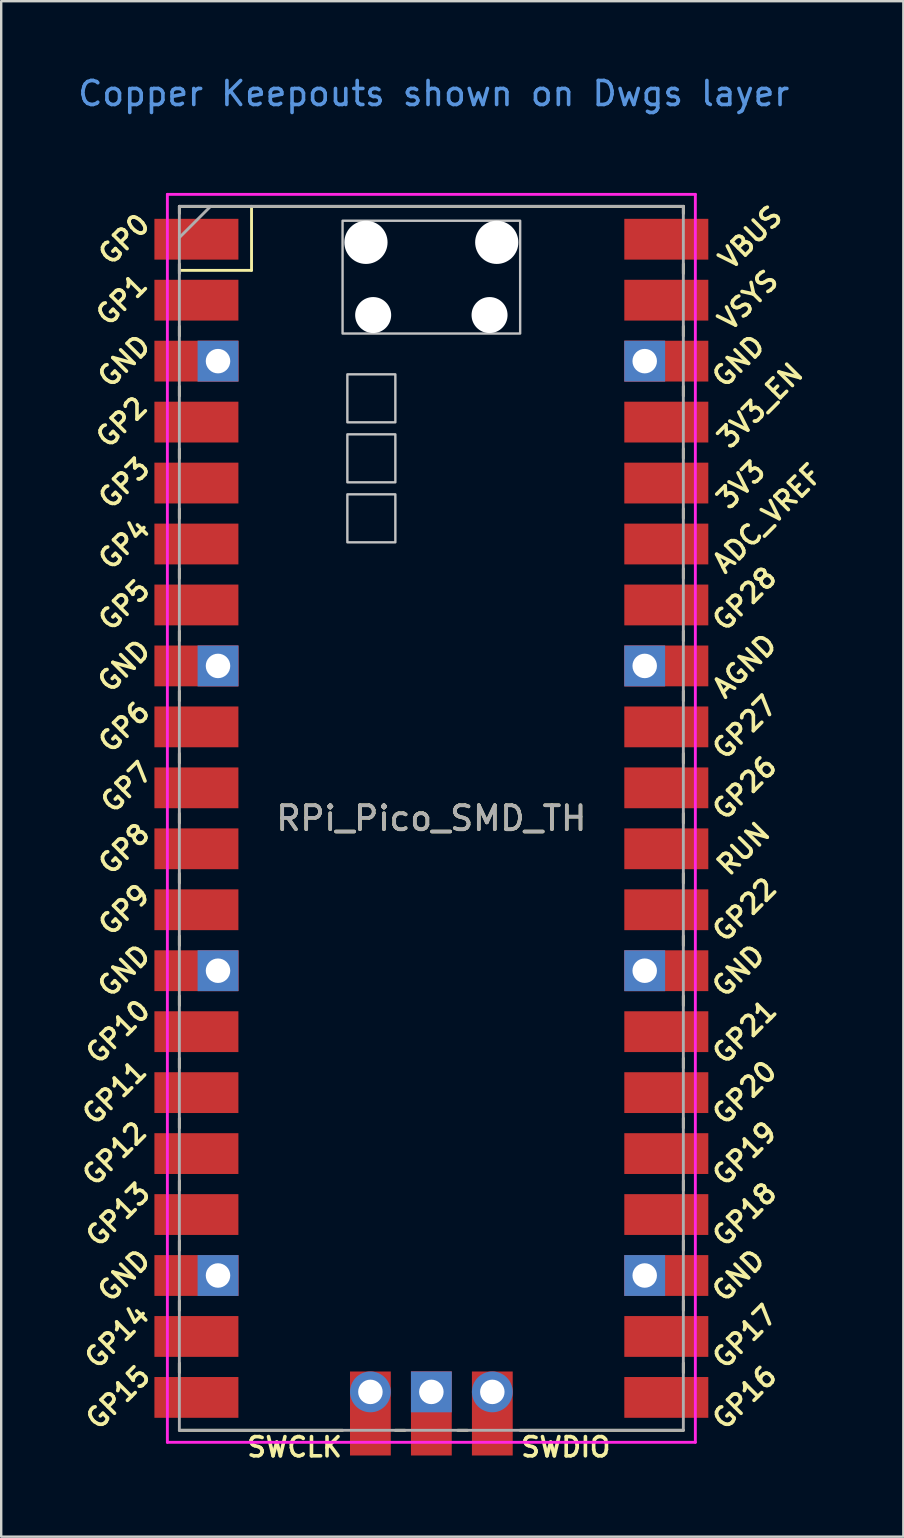
<source format=kicad_pcb>
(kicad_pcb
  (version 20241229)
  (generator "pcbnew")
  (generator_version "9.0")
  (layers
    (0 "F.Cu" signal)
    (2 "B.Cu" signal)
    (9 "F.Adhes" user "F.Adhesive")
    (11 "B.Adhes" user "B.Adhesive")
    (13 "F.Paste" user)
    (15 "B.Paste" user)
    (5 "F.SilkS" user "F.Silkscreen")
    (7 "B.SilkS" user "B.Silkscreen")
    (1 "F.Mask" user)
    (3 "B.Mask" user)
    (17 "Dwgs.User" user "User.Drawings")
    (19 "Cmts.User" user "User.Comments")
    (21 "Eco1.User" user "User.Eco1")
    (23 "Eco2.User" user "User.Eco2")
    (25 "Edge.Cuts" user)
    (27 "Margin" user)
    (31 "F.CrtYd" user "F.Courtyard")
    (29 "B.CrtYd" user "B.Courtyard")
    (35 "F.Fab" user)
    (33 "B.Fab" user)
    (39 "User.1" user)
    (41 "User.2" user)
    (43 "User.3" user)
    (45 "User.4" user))
  (footprint "RPi_Pico_SMD_TH"
    (layer "F.Cu")
    (at 14.924 31.048)
    (property "Reference" "RPi_Pico_SMD_TH" (at 0 0 0) (layer "F.SilkS") (effects (font (size 1 1) (thickness 0.15))))
    (fp_line (start -10.5 -25.5) (end -10.5 -25.2) (stroke (width 0.12) (type solid)) (layer "F.SilkS"))
    (fp_line (start -10.5 -25.5) (end 10.5 -25.5) (stroke (width 0.12) (type solid)) (layer "F.SilkS"))
    (fp_line (start -10.5 -23.1) (end -10.5 -22.7) (stroke (width 0.12) (type solid)) (layer "F.SilkS"))
    (fp_line (start -10.5 -22.833) (end -7.493 -22.833) (stroke (width 0.12) (type solid)) (layer "F.SilkS"))
    (fp_line (start -10.5 -20.5) (end -10.5 -20.1) (stroke (width 0.12) (type solid)) (layer "F.SilkS"))
    (fp_line (start -10.5 -18) (end -10.5 -17.6) (stroke (width 0.12) (type solid)) (layer "F.SilkS"))
    (fp_line (start -10.5 -15.4) (end -10.5 -15) (stroke (width 0.12) (type solid)) (layer "F.SilkS"))
    (fp_line (start -10.5 -12.9) (end -10.5 -12.5) (stroke (width 0.12) (type solid)) (layer "F.SilkS"))
    (fp_line (start -10.5 -10.4) (end -10.5 -10) (stroke (width 0.12) (type solid)) (layer "F.SilkS"))
    (fp_line (start -10.5 -7.8) (end -10.5 -7.4) (stroke (width 0.12) (type solid)) (layer "F.SilkS"))
    (fp_line (start -10.5 -5.3) (end -10.5 -4.9) (stroke (width 0.12) (type solid)) (layer "F.SilkS"))
    (fp_line (start -10.5 -2.7) (end -10.5 -2.3) (stroke (width 0.12) (type solid)) (layer "F.SilkS"))
    (fp_line (start -10.5 -0.2) (end -10.5 0.2) (stroke (width 0.12) (type solid)) (layer "F.SilkS"))
    (fp_line (start -10.5 2.3) (end -10.5 2.7) (stroke (width 0.12) (type solid)) (layer "F.SilkS"))
    (fp_line (start -10.5 4.9) (end -10.5 5.3) (stroke (width 0.12) (type solid)) (layer "F.SilkS"))
    (fp_line (start -10.5 7.4) (end -10.5 7.8) (stroke (width 0.12) (type solid)) (layer "F.SilkS"))
    (fp_line (start -10.5 10) (end -10.5 10.4) (stroke (width 0.12) (type solid)) (layer "F.SilkS"))
    (fp_line (start -10.5 12.5) (end -10.5 12.9) (stroke (width 0.12) (type solid)) (layer "F.SilkS"))
    (fp_line (start -10.5 15.1) (end -10.5 15.5) (stroke (width 0.12) (type solid)) (layer "F.SilkS"))
    (fp_line (start -10.5 17.6) (end -10.5 18) (stroke (width 0.12) (type solid)) (layer "F.SilkS"))
    (fp_line (start -10.5 20.1) (end -10.5 20.5) (stroke (width 0.12) (type solid)) (layer "F.SilkS"))
    (fp_line (start -10.5 22.7) (end -10.5 23.1) (stroke (width 0.12) (type solid)) (layer "F.SilkS"))
    (fp_line (start -7.493 -22.833) (end -7.493 -25.5) (stroke (width 0.12) (type solid)) (layer "F.SilkS"))
    (fp_line (start -3.7 25.5) (end -10.5 25.5) (stroke (width 0.12) (type solid)) (layer "F.SilkS"))
    (fp_line (start -1.5 25.5) (end -1.1 25.5) (stroke (width 0.12) (type solid)) (layer "F.SilkS"))
    (fp_line (start 1.1 25.5) (end 1.5 25.5) (stroke (width 0.12) (type solid)) (layer "F.SilkS"))
    (fp_line (start 10.5 -25.5) (end 10.5 -25.2) (stroke (width 0.12) (type solid)) (layer "F.SilkS"))
    (fp_line (start 10.5 -23.1) (end 10.5 -22.7) (stroke (width 0.12) (type solid)) (layer "F.SilkS"))
    (fp_line (start 10.5 -20.5) (end 10.5 -20.1) (stroke (width 0.12) (type solid)) (layer "F.SilkS"))
    (fp_line (start 10.5 -18) (end 10.5 -17.6) (stroke (width 0.12) (type solid)) (layer "F.SilkS"))
    (fp_line (start 10.5 -15.4) (end 10.5 -15) (stroke (width 0.12) (type solid)) (layer "F.SilkS"))
    (fp_line (start 10.5 -12.9) (end 10.5 -12.5) (stroke (width 0.12) (type solid)) (layer "F.SilkS"))
    (fp_line (start 10.5 -10.4) (end 10.5 -10) (stroke (width 0.12) (type solid)) (layer "F.SilkS"))
    (fp_line (start 10.5 -7.8) (end 10.5 -7.4) (stroke (width 0.12) (type solid)) (layer "F.SilkS"))
    (fp_line (start 10.5 -5.3) (end 10.5 -4.9) (stroke (width 0.12) (type solid)) (layer "F.SilkS"))
    (fp_line (start 10.5 -2.7) (end 10.5 -2.3) (stroke (width 0.12) (type solid)) (layer "F.SilkS"))
    (fp_line (start 10.5 -0.2) (end 10.5 0.2) (stroke (width 0.12) (type solid)) (layer "F.SilkS"))
    (fp_line (start 10.5 2.3) (end 10.5 2.7) (stroke (width 0.12) (type solid)) (layer "F.SilkS"))
    (fp_line (start 10.5 4.9) (end 10.5 5.3) (stroke (width 0.12) (type solid)) (layer "F.SilkS"))
    (fp_line (start 10.5 7.4) (end 10.5 7.8) (stroke (width 0.12) (type solid)) (layer "F.SilkS"))
    (fp_line (start 10.5 10) (end 10.5 10.4) (stroke (width 0.12) (type solid)) (layer "F.SilkS"))
    (fp_line (start 10.5 12.5) (end 10.5 12.9) (stroke (width 0.12) (type solid)) (layer "F.SilkS"))
    (fp_line (start 10.5 15.1) (end 10.5 15.5) (stroke (width 0.12) (type solid)) (layer "F.SilkS"))
    (fp_line (start 10.5 17.6) (end 10.5 18) (stroke (width 0.12) (type solid)) (layer "F.SilkS"))
    (fp_line (start 10.5 20.1) (end 10.5 20.5) (stroke (width 0.12) (type solid)) (layer "F.SilkS"))
    (fp_line (start 10.5 22.7) (end 10.5 23.1) (stroke (width 0.12) (type solid)) (layer "F.SilkS"))
    (fp_line (start 10.5 25.5) (end 3.7 25.5) (stroke (width 0.12) (type solid)) (layer "F.SilkS"))
    (fp_poly (pts (xy -1.5 -16.5) (xy -3.5 -16.5) (xy -3.5 -18.5) (xy -1.5 -18.5)) (stroke (width 0.1) (type solid)) (fill no) (layer "Dwgs.User"))
    (fp_poly (pts (xy -1.5 -14) (xy -3.5 -14) (xy -3.5 -16) (xy -1.5 -16)) (stroke (width 0.1) (type solid)) (fill no) (layer "Dwgs.User"))
    (fp_poly (pts (xy -1.5 -11.5) (xy -3.5 -11.5) (xy -3.5 -13.5) (xy -1.5 -13.5)) (stroke (width 0.1) (type solid)) (fill no) (layer "Dwgs.User"))
    (fp_poly (pts (xy 3.7 -20.2) (xy -3.7 -20.2) (xy -3.7 -24.9) (xy 3.7 -24.9)) (stroke (width 0.1) (type solid)) (fill no) (layer "Dwgs.User"))
    (fp_line (start -11 -26) (end 11 -26) (stroke (width 0.12) (type solid)) (layer "F.CrtYd"))
    (fp_line (start -11 26) (end -11 -26) (stroke (width 0.12) (type solid)) (layer "F.CrtYd"))
    (fp_line (start 11 -26) (end 11 26) (stroke (width 0.12) (type solid)) (layer "F.CrtYd"))
    (fp_line (start 11 26) (end -11 26) (stroke (width 0.12) (type solid)) (layer "F.CrtYd"))
    (fp_line (start -10.5 -25.5) (end 10.5 -25.5) (stroke (width 0.12) (type solid)) (layer "F.Fab"))
    (fp_line (start -10.5 -24.2) (end -9.2 -25.5) (stroke (width 0.12) (type solid)) (layer "F.Fab"))
    (fp_line (start -10.5 25.5) (end -10.5 -25.5) (stroke (width 0.12) (type solid)) (layer "F.Fab"))
    (fp_line (start 10.5 -25.5) (end 10.5 25.5) (stroke (width 0.12) (type solid)) (layer "F.Fab"))
    (fp_line (start 10.5 25.5) (end -10.5 25.5) (stroke (width 0.12) (type solid)) (layer "F.Fab"))
    (fp_text user "GP11" (at -13.2 11.43 45) (layer "F.SilkS") (effects (font (size 0.8 0.8) (thickness 0.15))))
    (fp_text user "SWCLK" (at -5.7 26.2 0) (layer "F.SilkS") (effects (font (size 0.8 0.8) (thickness 0.15))))
    (fp_text user "GND" (at -12.8 -19.05 45) (layer "F.SilkS") (effects (font (size 0.8 0.8) (thickness 0.15))))
    (fp_text user "3V3" (at 12.9 -13.9 45) (layer "F.SilkS") (effects (font (size 0.8 0.8) (thickness 0.15))))
    (fp_text user "GP28" (at 13.054 -9.144 45) (layer "F.SilkS") (effects (font (size 0.8 0.8) (thickness 0.15))))
    (fp_text user "GP8" (at -12.8 1.27 45) (layer "F.SilkS") (effects (font (size 0.8 0.8) (thickness 0.15))))
    (fp_text user "GND" (at -12.8 19.05 45) (layer "F.SilkS") (effects (font (size 0.8 0.8) (thickness 0.15))))
    (fp_text user "GP21" (at 13.054 8.9 45) (layer "F.SilkS") (effects (font (size 0.8 0.8) (thickness 0.15))))
    (fp_text user "GND" (at -12.8 6.35 45) (layer "F.SilkS") (effects (font (size 0.8 0.8) (thickness 0.15))))
    (fp_text user "GP17" (at 13.054 21.59 45) (layer "F.SilkS") (effects (font (size 0.8 0.8) (thickness 0.15))))
    (fp_text user "3V3_EN" (at 13.7 -17.2 45) (layer "F.SilkS") (effects (font (size 0.8 0.8) (thickness 0.15))))
    (fp_text user "GP27" (at 13.054 -3.8 45) (layer "F.SilkS") (effects (font (size 0.8 0.8) (thickness 0.15))))
    (fp_text user "GP9" (at -12.8 3.81 45) (layer "F.SilkS") (effects (font (size 0.8 0.8) (thickness 0.15))))
    (fp_text user "GP20" (at 13.054 11.43 45) (layer "F.SilkS") (effects (font (size 0.8 0.8) (thickness 0.15))))
    (fp_text user "GP18" (at 13.054 16.51 45) (layer "F.SilkS") (effects (font (size 0.8 0.8) (thickness 0.15))))
    (fp_text user "VBUS" (at 13.3 -24.2 45) (layer "F.SilkS") (effects (font (size 0.8 0.8) (thickness 0.15))))
    (fp_text user "GP2" (at -12.9 -16.51 45) (layer "F.SilkS") (effects (font (size 0.8 0.8) (thickness 0.15))))
    (fp_text user "GP5" (at -12.8 -8.89 45) (layer "F.SilkS") (effects (font (size 0.8 0.8) (thickness 0.15))))
    (fp_text user "RUN" (at 13 1.27 45) (layer "F.SilkS") (effects (font (size 0.8 0.8) (thickness 0.15))))
    (fp_text user "GP26" (at 13.054 -1.27 45) (layer "F.SilkS") (effects (font (size 0.8 0.8) (thickness 0.15))))
    (fp_text user "GP0" (at -12.8 -24.13 45) (layer "F.SilkS") (effects (font (size 0.8 0.8) (thickness 0.15))))
    (fp_text user "GP12" (at -13.2 13.97 45) (layer "F.SilkS") (effects (font (size 0.8 0.8) (thickness 0.15))))
    (fp_text user "VSYS" (at 13.2 -21.59 45) (layer "F.SilkS") (effects (font (size 0.8 0.8) (thickness 0.15))))
    (fp_text user "GP14" (at -13.1 21.59 45) (layer "F.SilkS") (effects (font (size 0.8 0.8) (thickness 0.15))))
    (fp_text user "GP7" (at -12.7 -1.3 45) (layer "F.SilkS") (effects (font (size 0.8 0.8) (thickness 0.15))))
    (fp_text user "SWDIO" (at 5.6 26.2 0) (layer "F.SilkS") (effects (font (size 0.8 0.8) (thickness 0.15))))
    (fp_text user "ADC_VREF" (at 14 -12.5 45) (layer "F.SilkS") (effects (font (size 0.8 0.8) (thickness 0.15))))
    (fp_text user "GP16" (at 13.054 24.13 45) (layer "F.SilkS") (effects (font (size 0.8 0.8) (thickness 0.15))))
    (fp_text user "GP22" (at 13.054 3.81 45) (layer "F.SilkS") (effects (font (size 0.8 0.8) (thickness 0.15))))
    (fp_text user "GP3" (at -12.8 -13.97 45) (layer "F.SilkS") (effects (font (size 0.8 0.8) (thickness 0.15))))
    (fp_text user "GP10" (at -13.054 8.89 45) (layer "F.SilkS") (effects (font (size 0.8 0.8) (thickness 0.15))))
    (fp_text user "GND" (at -12.8 -6.35 45) (layer "F.SilkS") (effects (font (size 0.8 0.8) (thickness 0.15))))
    (fp_text user "GND" (at 12.8 19.05 45) (layer "F.SilkS") (effects (font (size 0.8 0.8) (thickness 0.15))))
    (fp_text user "GP13" (at -13.054 16.51 45) (layer "F.SilkS") (effects (font (size 0.8 0.8) (thickness 0.15))))
    (fp_text user "GP4" (at -12.8 -11.43 45) (layer "F.SilkS") (effects (font (size 0.8 0.8) (thickness 0.15))))
    (fp_text user "GP1" (at -12.9 -21.6 45) (layer "F.SilkS") (effects (font (size 0.8 0.8) (thickness 0.15))))
    (fp_text user "AGND" (at 13.054 -6.35 45) (layer "F.SilkS") (effects (font (size 0.8 0.8) (thickness 0.15))))
    (fp_text user "GP6" (at -12.8 -3.81 45) (layer "F.SilkS") (effects (font (size 0.8 0.8) (thickness 0.15))))
    (fp_text user "GP19" (at 13.054 13.97 45) (layer "F.SilkS") (effects (font (size 0.8 0.8) (thickness 0.15))))
    (fp_text user "GND" (at 12.8 -19.05 45) (layer "F.SilkS") (effects (font (size 0.8 0.8) (thickness 0.15))))
    (fp_text user "GP15" (at -13.054 24.13 45) (layer "F.SilkS") (effects (font (size 0.8 0.8) (thickness 0.15))))
    (fp_text user "GND" (at 12.8 6.35 45) (layer "F.SilkS") (effects (font (size 0.8 0.8) (thickness 0.15))))
    (fp_text user "Copper Keepouts shown on Dwgs layer" (at 0.1 -30.2 0) (layer "Cmts.User") (effects (font (size 1 1) (thickness 0.15))))
    (fp_text user "${REFERENCE}" (at 0 0 180) (layer "F.Fab") (effects (font (size 1 1) (thickness 0.15))))
    (pad "" np_thru_hole oval (at -2.725 -24) (size 1.8 1.8) (drill 1.8) (layers "*.Cu" "*.Mask"))
    (pad "" np_thru_hole oval (at -2.425 -20.97) (size 1.5 1.5) (drill 1.5) (layers "*.Cu" "*.Mask"))
    (pad "" np_thru_hole oval (at 2.425 -20.97) (size 1.5 1.5) (drill 1.5) (layers "*.Cu" "*.Mask"))
    (pad "" np_thru_hole oval (at 2.725 -24) (size 1.8 1.8) (drill 1.8) (layers "*.Cu" "*.Mask"))
    (pad "1" smd rect (at -8.89 -24.13) (size 3.5 1.7) (drill (offset -0.9 0)) (layers "F.Cu" "F.Mask"))
    (pad "2" smd rect (at -8.89 -21.59) (size 3.5 1.7) (drill (offset -0.9 0)) (layers "F.Cu" "F.Mask" "F.Paste"))
    (pad "3" thru_hole rect (at -8.89 -19.05) (size 1.7 1.7) (drill 1.02) (layers "*.Cu" "*.Mask"))
    (pad "3" smd rect (at -8.89 -19.05) (size 3.5 1.7) (drill (offset -0.9 0)) (layers "F.Cu" "F.Mask"))
    (pad "4" smd rect (at -8.89 -16.51) (size 3.5 1.7) (drill (offset -0.9 0)) (layers "F.Cu" "F.Mask"))
    (pad "5" smd rect (at -8.89 -13.97) (size 3.5 1.7) (drill (offset -0.9 0)) (layers "F.Cu" "F.Mask"))
    (pad "6" smd rect (at -8.89 -11.43) (size 3.5 1.7) (drill (offset -0.9 0)) (layers "F.Cu" "F.Mask"))
    (pad "7" smd rect (at -8.89 -8.89) (size 3.5 1.7) (drill (offset -0.9 0)) (layers "F.Cu" "F.Mask"))
    (pad "8" thru_hole rect (at -8.89 -6.35) (size 1.7 1.7) (drill 1.02) (layers "*.Cu" "*.Mask"))
    (pad "8" smd rect (at -8.89 -6.35) (size 3.5 1.7) (drill (offset -0.9 0)) (layers "F.Cu" "F.Mask"))
    (pad "9" smd rect (at -8.89 -3.81) (size 3.5 1.7) (drill (offset -0.9 0)) (layers "F.Cu" "F.Mask"))
    (pad "10" smd rect (at -8.89 -1.27) (size 3.5 1.7) (drill (offset -0.9 0)) (layers "F.Cu" "F.Mask"))
    (pad "11" smd rect (at -8.89 1.27) (size 3.5 1.7) (drill (offset -0.9 0)) (layers "F.Cu" "F.Mask"))
    (pad "12" smd rect (at -8.89 3.81) (size 3.5 1.7) (drill (offset -0.9 0)) (layers "F.Cu" "F.Mask"))
    (pad "13" thru_hole rect (at -8.89 6.35) (size 1.7 1.7) (drill 1.02) (layers "*.Cu" "*.Mask"))
    (pad "13" smd rect (at -8.89 6.35) (size 3.5 1.7) (drill (offset -0.9 0)) (layers "F.Cu" "F.Mask"))
    (pad "14" smd rect (at -8.89 8.89) (size 3.5 1.7) (drill (offset -0.9 0)) (layers "F.Cu" "F.Mask"))
    (pad "15" smd rect (at -8.89 11.43) (size 3.5 1.7) (drill (offset -0.9 0)) (layers "F.Cu" "F.Mask"))
    (pad "16" smd rect (at -8.89 13.97) (size 3.5 1.7) (drill (offset -0.9 0)) (layers "F.Cu" "F.Mask"))
    (pad "17" smd rect (at -8.89 16.51) (size 3.5 1.7) (drill (offset -0.9 0)) (layers "F.Cu" "F.Mask"))
    (pad "18" thru_hole rect (at -8.89 19.05) (size 1.7 1.7) (drill 1.02) (layers "*.Cu" "*.Mask"))
    (pad "18" smd rect (at -8.89 19.05) (size 3.5 1.7) (drill (offset -0.9 0)) (layers "F.Cu" "F.Mask"))
    (pad "19" smd rect (at -8.89 21.59) (size 3.5 1.7) (drill (offset -0.9 0)) (layers "F.Cu" "F.Mask"))
    (pad "20" smd rect (at -8.89 24.13) (size 3.5 1.7) (drill (offset -0.9 0)) (layers "F.Cu" "F.Mask"))
    (pad "21" smd rect (at 8.89 24.13) (size 3.5 1.7) (drill (offset 0.9 0)) (layers "F.Cu" "F.Mask"))
    (pad "22" smd rect (at 8.89 21.59) (size 3.5 1.7) (drill (offset 0.9 0)) (layers "F.Cu" "F.Mask"))
    (pad "23" thru_hole rect (at 8.89 19.05) (size 1.7 1.7) (drill 1.02) (layers "*.Cu" "*.Mask"))
    (pad "23" smd rect (at 8.89 19.05) (size 3.5 1.7) (drill (offset 0.9 0)) (layers "F.Cu" "F.Mask"))
    (pad "24" smd rect (at 8.89 16.51) (size 3.5 1.7) (drill (offset 0.9 0)) (layers "F.Cu" "F.Mask"))
    (pad "25" smd rect (at 8.89 13.97) (size 3.5 1.7) (drill (offset 0.9 0)) (layers "F.Cu" "F.Mask"))
    (pad "26" smd rect (at 8.89 11.43) (size 3.5 1.7) (drill (offset 0.9 0)) (layers "F.Cu" "F.Mask"))
    (pad "27" smd rect (at 8.89 8.89) (size 3.5 1.7) (drill (offset 0.9 0)) (layers "F.Cu" "F.Mask"))
    (pad "28" thru_hole rect (at 8.89 6.35) (size 1.7 1.7) (drill 1.02) (layers "*.Cu" "*.Mask"))
    (pad "28" smd rect (at 8.89 6.35) (size 3.5 1.7) (drill (offset 0.9 0)) (layers "F.Cu" "F.Mask"))
    (pad "29" smd rect (at 8.89 3.81) (size 3.5 1.7) (drill (offset 0.9 0)) (layers "F.Cu" "F.Mask"))
    (pad "30" smd rect (at 8.89 1.27) (size 3.5 1.7) (drill (offset 0.9 0)) (layers "F.Cu" "F.Mask"))
    (pad "31" smd rect (at 8.89 -1.27) (size 3.5 1.7) (drill (offset 0.9 0)) (layers "F.Cu" "F.Mask"))
    (pad "32" smd rect (at 8.89 -3.81) (size 3.5 1.7) (drill (offset 0.9 0)) (layers "F.Cu" "F.Mask"))
    (pad "33" thru_hole rect (at 8.89 -6.35) (size 1.7 1.7) (drill 1.02) (layers "*.Cu" "*.Mask"))
    (pad "33" smd rect (at 8.89 -6.35) (size 3.5 1.7) (drill (offset 0.9 0)) (layers "F.Cu" "F.Mask"))
    (pad "34" smd rect (at 8.89 -8.89) (size 3.5 1.7) (drill (offset 0.9 0)) (layers "F.Cu" "F.Mask"))
    (pad "35" smd rect (at 8.89 -11.43) (size 3.5 1.7) (drill (offset 0.9 0)) (layers "F.Cu" "F.Mask"))
    (pad "36" smd rect (at 8.89 -13.97) (size 3.5 1.7) (drill (offset 0.9 0)) (layers "F.Cu" "F.Mask"))
    (pad "37" smd rect (at 8.89 -16.51) (size 3.5 1.7) (drill (offset 0.9 0)) (layers "F.Cu" "F.Mask"))
    (pad "38" thru_hole rect (at 8.89 -19.05) (size 1.7 1.7) (drill 1.02) (layers "*.Cu" "*.Mask"))
    (pad "38" smd rect (at 8.89 -19.05) (size 3.5 1.7) (drill (offset 0.9 0)) (layers "F.Cu" "F.Mask"))
    (pad "39" smd rect (at 8.89 -21.59) (size 3.5 1.7) (drill (offset 0.9 0)) (layers "F.Cu" "F.Mask"))
    (pad "40" smd rect (at 8.89 -24.13) (size 3.5 1.7) (drill (offset 0.9 0)) (layers "F.Cu" "F.Mask"))
    (pad "41" thru_hole oval (at -2.54 23.9) (size 1.7 1.7) (drill 1.02) (layers "*.Cu" "*.Mask"))
    (pad "41" smd rect (at -2.54 23.9 90) (size 3.5 1.7) (drill (offset -0.9 0)) (layers "F.Cu" "F.Mask"))
    (pad "42" thru_hole rect (at 0 23.9) (size 1.7 1.7) (drill 1.02) (layers "*.Cu" "*.Mask"))
    (pad "42" smd rect (at 0 23.9 90) (size 3.5 1.7) (drill (offset -0.9 0)) (layers "F.Cu" "F.Mask"))
    (pad "43" thru_hole oval (at 2.54 23.9) (size 1.7 1.7) (drill 1.02) (layers "*.Cu" "*.Mask"))
    (pad "43" smd rect (at 2.54 23.9 90) (size 3.5 1.7) (drill (offset -0.9 0)) (layers "F.Cu" "F.Mask")))
  (gr_rect
    (start -3 -3)
    (end 34.591 60.98)
    (stroke (width 0.1) (type default))
    (fill no)
    (layer "Edge.Cuts")))
</source>
